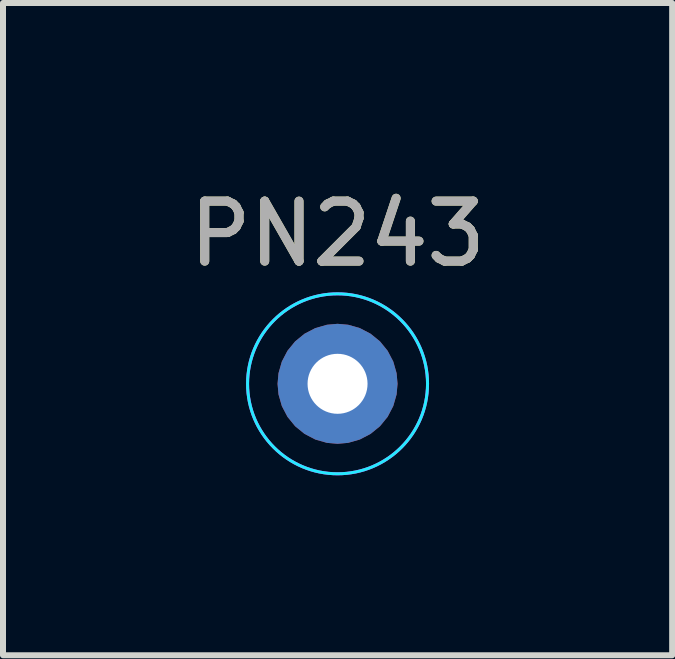
<source format=kicad_pcb>
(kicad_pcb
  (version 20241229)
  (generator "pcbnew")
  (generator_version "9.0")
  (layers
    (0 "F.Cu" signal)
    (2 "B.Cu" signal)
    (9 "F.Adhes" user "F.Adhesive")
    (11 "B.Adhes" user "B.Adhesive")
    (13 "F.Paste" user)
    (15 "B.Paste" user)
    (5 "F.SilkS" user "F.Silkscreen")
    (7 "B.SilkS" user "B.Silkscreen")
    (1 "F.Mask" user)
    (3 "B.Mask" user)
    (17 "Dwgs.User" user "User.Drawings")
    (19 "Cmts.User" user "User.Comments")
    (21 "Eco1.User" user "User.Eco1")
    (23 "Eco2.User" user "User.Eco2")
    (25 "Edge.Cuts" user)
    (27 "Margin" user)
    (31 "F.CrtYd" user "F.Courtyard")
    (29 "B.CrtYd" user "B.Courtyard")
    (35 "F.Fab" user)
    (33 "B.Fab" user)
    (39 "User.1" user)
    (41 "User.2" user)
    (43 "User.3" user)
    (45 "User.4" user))
  (footprint "PN243"
    (layer "F.Cu")
    (at 2.577 3.348)
    (property "Reference" "PN243" (at 0 -2.5 0) (layer "F.SilkS") (effects (font (size 1 1) (thickness 0.15))))
    (attr through_hole)
    (fp_circle (center 0 0) (end 1.5 0) (stroke (width 0.05) (type solid)) (fill no) (layer "B.CrtYd"))
    (fp_circle (center 0 0) (end 1.5 0) (stroke (width 0.05) (type solid)) (fill no) (layer "F.CrtYd"))
    (fp_text user "${REFERENCE}" (at 0 -2.5 0) (layer "F.Fab") (effects (font (size 1 1) (thickness 0.15))))
    (pad "1" thru_hole roundrect (at 0 0) (size 2 2) (drill 1) (layers "*.Cu" "*.Mask") (roundrect_rratio 0.5)))
  (gr_rect
    (start -3 -3)
    (end 8.155 7.873)
    (stroke (width 0.1) (type default))
    (fill no)
    (layer "Edge.Cuts")))
</source>
